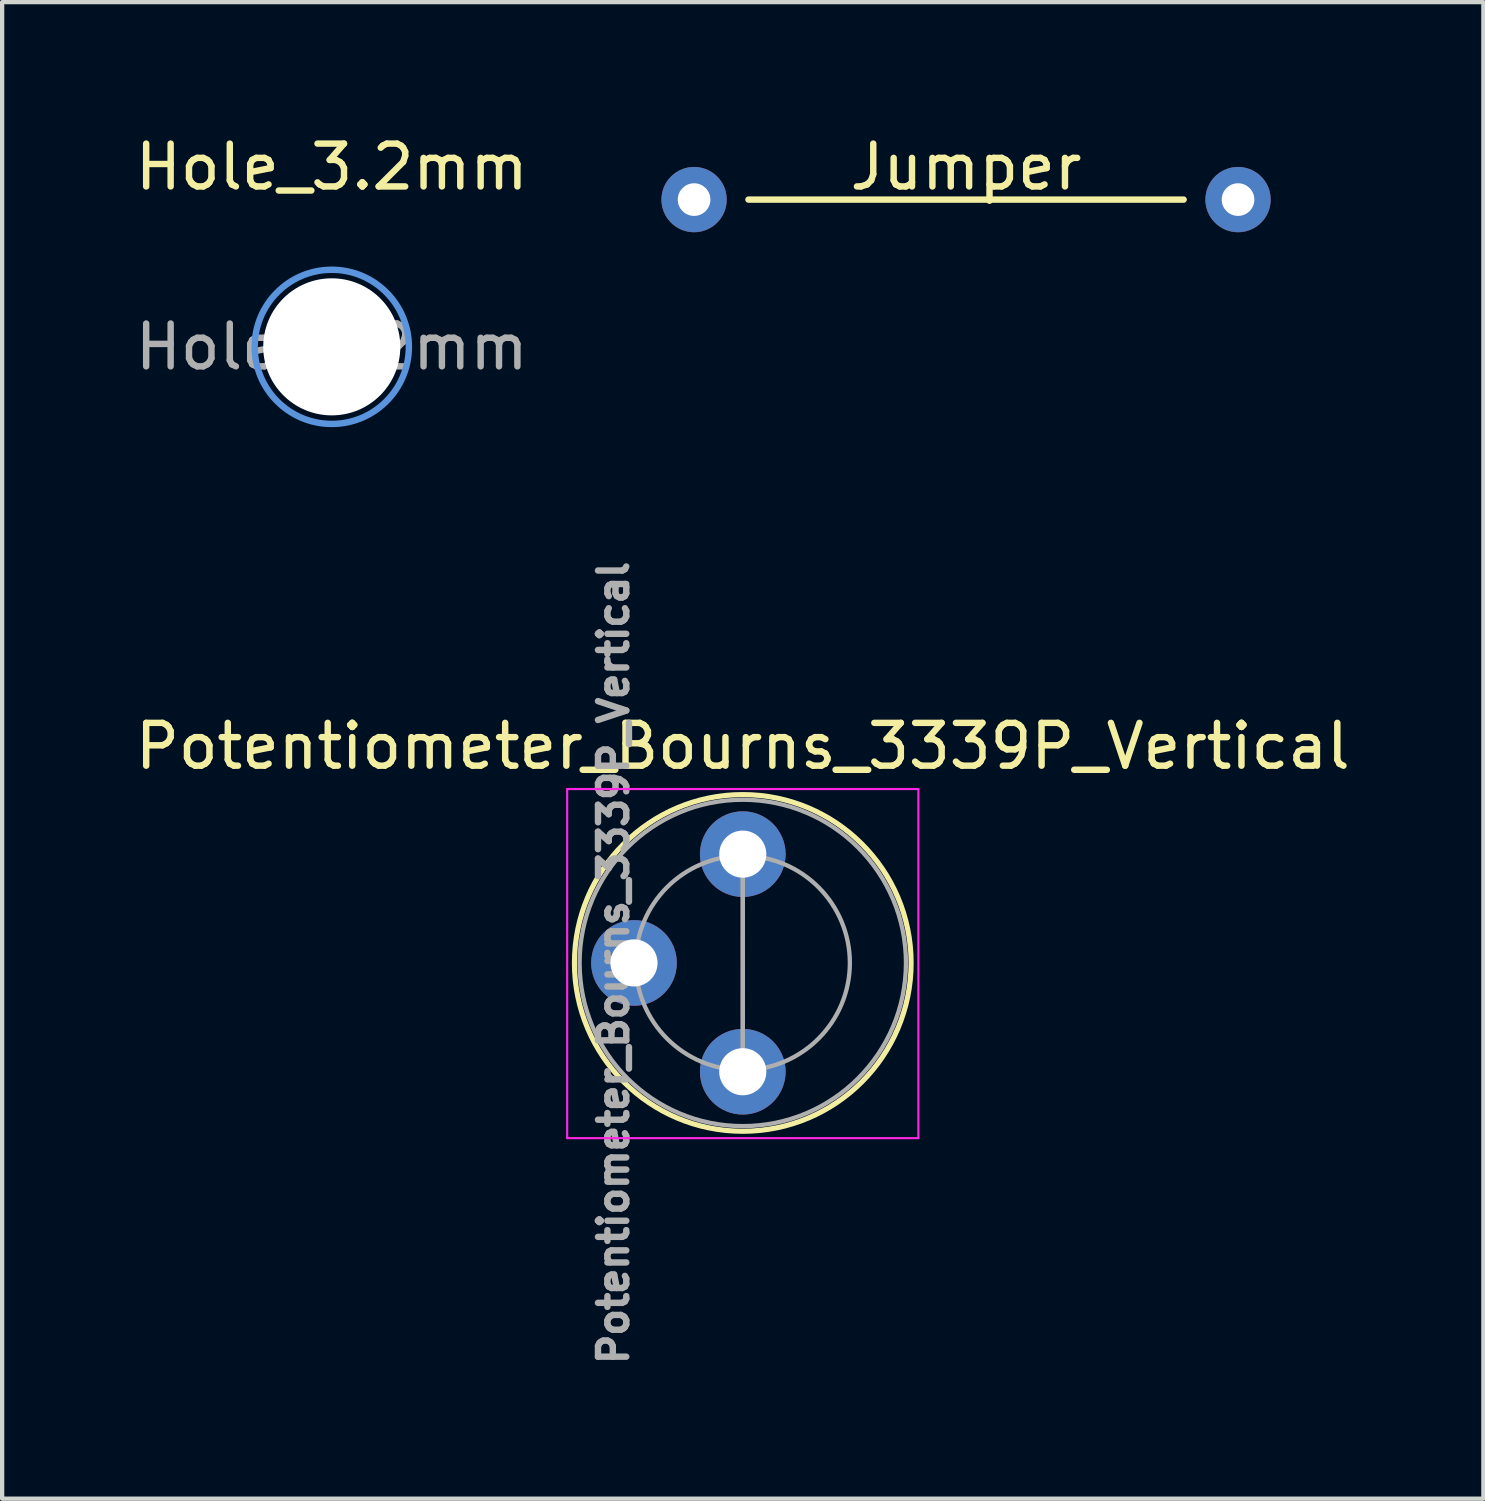
<source format=kicad_pcb>
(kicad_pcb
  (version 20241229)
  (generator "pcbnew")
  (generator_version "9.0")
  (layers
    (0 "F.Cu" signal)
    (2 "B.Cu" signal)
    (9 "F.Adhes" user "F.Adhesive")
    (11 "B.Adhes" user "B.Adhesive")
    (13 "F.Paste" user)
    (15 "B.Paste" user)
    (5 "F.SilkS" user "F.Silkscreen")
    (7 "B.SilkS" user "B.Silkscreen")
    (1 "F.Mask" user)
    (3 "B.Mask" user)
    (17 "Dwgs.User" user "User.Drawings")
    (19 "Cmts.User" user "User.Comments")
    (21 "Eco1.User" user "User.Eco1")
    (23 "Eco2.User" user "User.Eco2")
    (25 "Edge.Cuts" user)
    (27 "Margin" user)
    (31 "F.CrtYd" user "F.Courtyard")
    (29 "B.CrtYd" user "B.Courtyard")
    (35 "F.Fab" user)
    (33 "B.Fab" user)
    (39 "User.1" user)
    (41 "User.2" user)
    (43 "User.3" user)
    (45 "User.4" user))
  (footprint "Hole_3.2mm"
    (layer "F.Cu")
    (at 4.696 5.048)
    (property "Reference" "Hole_3.2mm" (at 0 -4.2 0) (layer "F.SilkS") (effects (font (size 1 1) (thickness 0.15))))
    (attr exclude_from_pos_files exclude_from_bom)
    (fp_circle (center 0 0) (end 1.8 0) (stroke (width 0.15) (type solid)) (fill no) (layer "Cmts.User"))
    (fp_circle (center 0 0) (end 1.8 0) (stroke (width 0.05) (type solid)) (fill no) (layer "F.CrtYd"))
    (fp_text user "${REFERENCE}" (at 0 0 0) (layer "F.Fab") (effects (font (size 1 1) (thickness 0.15))))
    (pad "" np_thru_hole circle (at 0 0) (size 3.2 3.2) (drill 3.2) (layers "*.Cu" "*.Mask")))
  (footprint "Jumper"
    (layer "F.Cu")
    (at 19.505 1.61)
    (property "Reference" "Jumper" (at 0 -0.762 0) (layer "F.SilkS") (effects (font (size 1 1) (thickness 0.15))))
    (attr through_hole)
    (fp_line (start -5.08 0) (end 5.08 0) (stroke (width 0.15) (type default)) (layer "F.SilkS"))
    (pad "1" thru_hole circle (at -6.35 0) (size 1.524 1.524) (drill 0.762) (layers "*.Cu" "*.Mask"))
    (pad "2" thru_hole circle (at 6.35 0) (size 1.524 1.524) (drill 0.762) (layers "*.Cu" "*.Mask")))
  (footprint "Potentiometer_Bourns_3339P_Vertical"
    (layer "F.Cu")
    (at 14.292 21.972)
    (property "Reference" "Potentiometer_Bourns_3339P_Vertical" (at 0 -7.6 0) (layer "F.SilkS") (effects (font (size 1 1) (thickness 0.15))))
    (attr through_hole)
    (fp_circle (center 0 -2.54) (end 3.93 -2.54) (stroke (width 0.12) (type solid)) (fill no) (layer "F.SilkS"))
    (fp_line (start -4.1 -6.6) (end -4.1 1.55) (stroke (width 0.05) (type solid)) (layer "F.CrtYd"))
    (fp_line (start -4.1 1.55) (end 4.1 1.55) (stroke (width 0.05) (type solid)) (layer "F.CrtYd"))
    (fp_line (start 4.1 -6.6) (end -4.1 -6.6) (stroke (width 0.05) (type solid)) (layer "F.CrtYd"))
    (fp_line (start 4.1 1.55) (end 4.1 -6.6) (stroke (width 0.05) (type solid)) (layer "F.CrtYd"))
    (fp_line (start 0 -0.064) (end 0.001 -5.014) (stroke (width 0.1) (type solid)) (layer "F.Fab"))
    (fp_line (start 0 -0.064) (end 0.001 -5.014) (stroke (width 0.1) (type solid)) (layer "F.Fab"))
    (fp_circle (center 0 -2.54) (end 2.5 -2.54) (stroke (width 0.1) (type solid)) (fill no) (layer "F.Fab"))
    (fp_circle (center 0 -2.54) (end 3.81 -2.54) (stroke (width 0.1) (type solid)) (fill no) (layer "F.Fab"))
    (fp_text user "${REFERENCE}" (at -3.018 -2.54 90) (layer "F.Fab") (effects (font (size 0.66 0.66) (thickness 0.15))))
    (pad "1" thru_hole circle (at 0 0) (size 2 2) (drill 1.1) (layers "*.Cu" "*.Mask"))
    (pad "2" thru_hole circle (at -2.54 -2.54) (size 2 2) (drill 1.1) (layers "*.Cu" "*.Mask"))
    (pad "3" thru_hole circle (at 0 -5.08) (size 2 2) (drill 1.1) (layers "*.Cu" "*.Mask")))
  (gr_rect
    (start -3 -3)
    (end 31.583 31.941)
    (stroke (width 0.1) (type default))
    (fill no)
    (layer "Edge.Cuts")))
</source>
